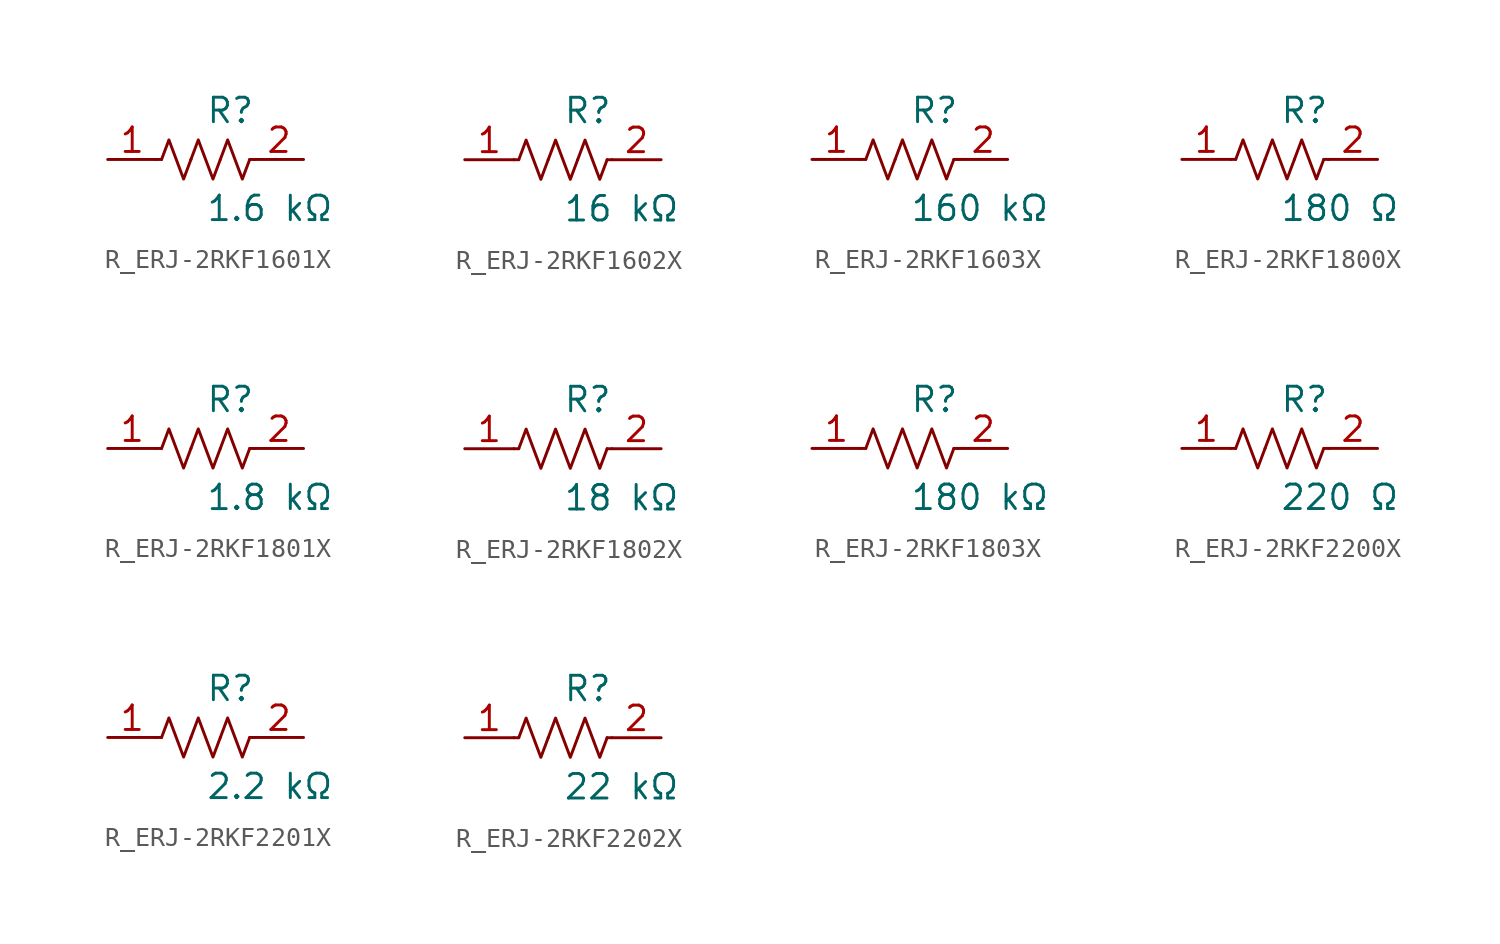
<source format=kicad_sym>
(kicad_symbol_lib
  (version 20231120)
  (generator kicad_symbol_editor)
  (generator_version 8.0)
  (symbol "R_ERJ-2RKF1601X"
    (pin_names
      (offset 0.254))
    (property "Reference" "R"
      (at 0.0 2.54 0)
      (effects (font (size 1.27 1.27)) (justify left)))
    (property "Value" "1.6 kΩ"
      (at 0.0 -2.54 0)
      (effects (font (size 1.27 1.27)) (justify left)))
    (symbol "R_ERJ-2RKF1601X_0_1"
      (polyline (pts (xy 2.286 0) (xy 2.54 0)) (stroke (width 0) (type default)) (fill (type none)))
      (polyline (pts (xy -2.286 0) (xy -2.54 0)) (stroke (width 0) (type default)) (fill (type none)))
      (polyline (pts (xy 0.762 0) (xy 1.143 1.016) (xy 1.524 0) (xy 1.905 -1.016) (xy 2.286 0)) (stroke (width 0) (type default)) (fill (type none)))
      (polyline (pts (xy -0.762 0) (xy -0.381 1.016) (xy 0 0) (xy 0.381 -1.016) (xy 0.762 0)) (stroke (width 0) (type default)) (fill (type none)))
      (polyline (pts (xy -2.286 0) (xy -1.905 1.016) (xy -1.524 0) (xy -1.143 -1.016) (xy -0.762 0)) (stroke (width 0) (type default)) (fill (type none))))
    (pin unspecified line
      (at -5.08 0 0)
      (length 2.54)
      (name "" (effects (font (size 1.27 1.27))))
      (number "1" (effects (font (size 1.27 1.27)))))
    (pin unspecified line
      (at 5.08 0 180)
      (length 2.54)
      (name "" (effects (font (size 1.27 1.27))))
      (number "2" (effects (font (size 1.27 1.27))))))
  (symbol "R_ERJ-2RKF1602X"
    (pin_names
      (offset 0.254))
    (property "Reference" "R"
      (at 0.0 2.54 0)
      (effects (font (size 1.27 1.27)) (justify left)))
    (property "Value" "16 kΩ"
      (at 0.0 -2.54 0)
      (effects (font (size 1.27 1.27)) (justify left)))
    (symbol "R_ERJ-2RKF1602X_0_1"
      (polyline (pts (xy 2.286 0) (xy 2.54 0)) (stroke (width 0) (type default)) (fill (type none)))
      (polyline (pts (xy -2.286 0) (xy -2.54 0)) (stroke (width 0) (type default)) (fill (type none)))
      (polyline (pts (xy 0.762 0) (xy 1.143 1.016) (xy 1.524 0) (xy 1.905 -1.016) (xy 2.286 0)) (stroke (width 0) (type default)) (fill (type none)))
      (polyline (pts (xy -0.762 0) (xy -0.381 1.016) (xy 0 0) (xy 0.381 -1.016) (xy 0.762 0)) (stroke (width 0) (type default)) (fill (type none)))
      (polyline (pts (xy -2.286 0) (xy -1.905 1.016) (xy -1.524 0) (xy -1.143 -1.016) (xy -0.762 0)) (stroke (width 0) (type default)) (fill (type none))))
    (pin unspecified line
      (at -5.08 0 0)
      (length 2.54)
      (name "" (effects (font (size 1.27 1.27))))
      (number "1" (effects (font (size 1.27 1.27)))))
    (pin unspecified line
      (at 5.08 0 180)
      (length 2.54)
      (name "" (effects (font (size 1.27 1.27))))
      (number "2" (effects (font (size 1.27 1.27))))))
  (symbol "R_ERJ-2RKF1603X"
    (pin_names
      (offset 0.254))
    (property "Reference" "R"
      (at 0.0 2.54 0)
      (effects (font (size 1.27 1.27)) (justify left)))
    (property "Value" "160 kΩ"
      (at 0.0 -2.54 0)
      (effects (font (size 1.27 1.27)) (justify left)))
    (symbol "R_ERJ-2RKF1603X_0_1"
      (polyline (pts (xy 2.286 0) (xy 2.54 0)) (stroke (width 0) (type default)) (fill (type none)))
      (polyline (pts (xy -2.286 0) (xy -2.54 0)) (stroke (width 0) (type default)) (fill (type none)))
      (polyline (pts (xy 0.762 0) (xy 1.143 1.016) (xy 1.524 0) (xy 1.905 -1.016) (xy 2.286 0)) (stroke (width 0) (type default)) (fill (type none)))
      (polyline (pts (xy -0.762 0) (xy -0.381 1.016) (xy 0 0) (xy 0.381 -1.016) (xy 0.762 0)) (stroke (width 0) (type default)) (fill (type none)))
      (polyline (pts (xy -2.286 0) (xy -1.905 1.016) (xy -1.524 0) (xy -1.143 -1.016) (xy -0.762 0)) (stroke (width 0) (type default)) (fill (type none))))
    (pin unspecified line
      (at -5.08 0 0)
      (length 2.54)
      (name "" (effects (font (size 1.27 1.27))))
      (number "1" (effects (font (size 1.27 1.27)))))
    (pin unspecified line
      (at 5.08 0 180)
      (length 2.54)
      (name "" (effects (font (size 1.27 1.27))))
      (number "2" (effects (font (size 1.27 1.27))))))
  (symbol "R_ERJ-2RKF1800X"
    (pin_names
      (offset 0.254))
    (property "Reference" "R"
      (at 0.0 2.54 0)
      (effects (font (size 1.27 1.27)) (justify left)))
    (property "Value" "180 Ω"
      (at 0.0 -2.54 0)
      (effects (font (size 1.27 1.27)) (justify left)))
    (symbol "R_ERJ-2RKF1800X_0_1"
      (polyline (pts (xy 2.286 0) (xy 2.54 0)) (stroke (width 0) (type default)) (fill (type none)))
      (polyline (pts (xy -2.286 0) (xy -2.54 0)) (stroke (width 0) (type default)) (fill (type none)))
      (polyline (pts (xy 0.762 0) (xy 1.143 1.016) (xy 1.524 0) (xy 1.905 -1.016) (xy 2.286 0)) (stroke (width 0) (type default)) (fill (type none)))
      (polyline (pts (xy -0.762 0) (xy -0.381 1.016) (xy 0 0) (xy 0.381 -1.016) (xy 0.762 0)) (stroke (width 0) (type default)) (fill (type none)))
      (polyline (pts (xy -2.286 0) (xy -1.905 1.016) (xy -1.524 0) (xy -1.143 -1.016) (xy -0.762 0)) (stroke (width 0) (type default)) (fill (type none))))
    (pin unspecified line
      (at -5.08 0 0)
      (length 2.54)
      (name "" (effects (font (size 1.27 1.27))))
      (number "1" (effects (font (size 1.27 1.27)))))
    (pin unspecified line
      (at 5.08 0 180)
      (length 2.54)
      (name "" (effects (font (size 1.27 1.27))))
      (number "2" (effects (font (size 1.27 1.27))))))
  (symbol "R_ERJ-2RKF1801X"
    (pin_names
      (offset 0.254))
    (property "Reference" "R"
      (at 0.0 2.54 0)
      (effects (font (size 1.27 1.27)) (justify left)))
    (property "Value" "1.8 kΩ"
      (at 0.0 -2.54 0)
      (effects (font (size 1.27 1.27)) (justify left)))
    (symbol "R_ERJ-2RKF1801X_0_1"
      (polyline (pts (xy 2.286 0) (xy 2.54 0)) (stroke (width 0) (type default)) (fill (type none)))
      (polyline (pts (xy -2.286 0) (xy -2.54 0)) (stroke (width 0) (type default)) (fill (type none)))
      (polyline (pts (xy 0.762 0) (xy 1.143 1.016) (xy 1.524 0) (xy 1.905 -1.016) (xy 2.286 0)) (stroke (width 0) (type default)) (fill (type none)))
      (polyline (pts (xy -0.762 0) (xy -0.381 1.016) (xy 0 0) (xy 0.381 -1.016) (xy 0.762 0)) (stroke (width 0) (type default)) (fill (type none)))
      (polyline (pts (xy -2.286 0) (xy -1.905 1.016) (xy -1.524 0) (xy -1.143 -1.016) (xy -0.762 0)) (stroke (width 0) (type default)) (fill (type none))))
    (pin unspecified line
      (at -5.08 0 0)
      (length 2.54)
      (name "" (effects (font (size 1.27 1.27))))
      (number "1" (effects (font (size 1.27 1.27)))))
    (pin unspecified line
      (at 5.08 0 180)
      (length 2.54)
      (name "" (effects (font (size 1.27 1.27))))
      (number "2" (effects (font (size 1.27 1.27))))))
  (symbol "R_ERJ-2RKF1802X"
    (pin_names
      (offset 0.254))
    (property "Reference" "R"
      (at 0.0 2.54 0)
      (effects (font (size 1.27 1.27)) (justify left)))
    (property "Value" "18 kΩ"
      (at 0.0 -2.54 0)
      (effects (font (size 1.27 1.27)) (justify left)))
    (symbol "R_ERJ-2RKF1802X_0_1"
      (polyline (pts (xy 2.286 0) (xy 2.54 0)) (stroke (width 0) (type default)) (fill (type none)))
      (polyline (pts (xy -2.286 0) (xy -2.54 0)) (stroke (width 0) (type default)) (fill (type none)))
      (polyline (pts (xy 0.762 0) (xy 1.143 1.016) (xy 1.524 0) (xy 1.905 -1.016) (xy 2.286 0)) (stroke (width 0) (type default)) (fill (type none)))
      (polyline (pts (xy -0.762 0) (xy -0.381 1.016) (xy 0 0) (xy 0.381 -1.016) (xy 0.762 0)) (stroke (width 0) (type default)) (fill (type none)))
      (polyline (pts (xy -2.286 0) (xy -1.905 1.016) (xy -1.524 0) (xy -1.143 -1.016) (xy -0.762 0)) (stroke (width 0) (type default)) (fill (type none))))
    (pin unspecified line
      (at -5.08 0 0)
      (length 2.54)
      (name "" (effects (font (size 1.27 1.27))))
      (number "1" (effects (font (size 1.27 1.27)))))
    (pin unspecified line
      (at 5.08 0 180)
      (length 2.54)
      (name "" (effects (font (size 1.27 1.27))))
      (number "2" (effects (font (size 1.27 1.27))))))
  (symbol "R_ERJ-2RKF1803X"
    (pin_names
      (offset 0.254))
    (property "Reference" "R"
      (at 0.0 2.54 0)
      (effects (font (size 1.27 1.27)) (justify left)))
    (property "Value" "180 kΩ"
      (at 0.0 -2.54 0)
      (effects (font (size 1.27 1.27)) (justify left)))
    (symbol "R_ERJ-2RKF1803X_0_1"
      (polyline (pts (xy 2.286 0) (xy 2.54 0)) (stroke (width 0) (type default)) (fill (type none)))
      (polyline (pts (xy -2.286 0) (xy -2.54 0)) (stroke (width 0) (type default)) (fill (type none)))
      (polyline (pts (xy 0.762 0) (xy 1.143 1.016) (xy 1.524 0) (xy 1.905 -1.016) (xy 2.286 0)) (stroke (width 0) (type default)) (fill (type none)))
      (polyline (pts (xy -0.762 0) (xy -0.381 1.016) (xy 0 0) (xy 0.381 -1.016) (xy 0.762 0)) (stroke (width 0) (type default)) (fill (type none)))
      (polyline (pts (xy -2.286 0) (xy -1.905 1.016) (xy -1.524 0) (xy -1.143 -1.016) (xy -0.762 0)) (stroke (width 0) (type default)) (fill (type none))))
    (pin unspecified line
      (at -5.08 0 0)
      (length 2.54)
      (name "" (effects (font (size 1.27 1.27))))
      (number "1" (effects (font (size 1.27 1.27)))))
    (pin unspecified line
      (at 5.08 0 180)
      (length 2.54)
      (name "" (effects (font (size 1.27 1.27))))
      (number "2" (effects (font (size 1.27 1.27))))))
  (symbol "R_ERJ-2RKF2200X"
    (pin_names
      (offset 0.254))
    (property "Reference" "R"
      (at 0.0 2.54 0)
      (effects (font (size 1.27 1.27)) (justify left)))
    (property "Value" "220 Ω"
      (at 0.0 -2.54 0)
      (effects (font (size 1.27 1.27)) (justify left)))
    (symbol "R_ERJ-2RKF2200X_0_1"
      (polyline (pts (xy 2.286 0) (xy 2.54 0)) (stroke (width 0) (type default)) (fill (type none)))
      (polyline (pts (xy -2.286 0) (xy -2.54 0)) (stroke (width 0) (type default)) (fill (type none)))
      (polyline (pts (xy 0.762 0) (xy 1.143 1.016) (xy 1.524 0) (xy 1.905 -1.016) (xy 2.286 0)) (stroke (width 0) (type default)) (fill (type none)))
      (polyline (pts (xy -0.762 0) (xy -0.381 1.016) (xy 0 0) (xy 0.381 -1.016) (xy 0.762 0)) (stroke (width 0) (type default)) (fill (type none)))
      (polyline (pts (xy -2.286 0) (xy -1.905 1.016) (xy -1.524 0) (xy -1.143 -1.016) (xy -0.762 0)) (stroke (width 0) (type default)) (fill (type none))))
    (pin unspecified line
      (at -5.08 0 0)
      (length 2.54)
      (name "" (effects (font (size 1.27 1.27))))
      (number "1" (effects (font (size 1.27 1.27)))))
    (pin unspecified line
      (at 5.08 0 180)
      (length 2.54)
      (name "" (effects (font (size 1.27 1.27))))
      (number "2" (effects (font (size 1.27 1.27))))))
  (symbol "R_ERJ-2RKF2201X"
    (pin_names
      (offset 0.254))
    (property "Reference" "R"
      (at 0.0 2.54 0)
      (effects (font (size 1.27 1.27)) (justify left)))
    (property "Value" "2.2 kΩ"
      (at 0.0 -2.54 0)
      (effects (font (size 1.27 1.27)) (justify left)))
    (symbol "R_ERJ-2RKF2201X_0_1"
      (polyline (pts (xy 2.286 0) (xy 2.54 0)) (stroke (width 0) (type default)) (fill (type none)))
      (polyline (pts (xy -2.286 0) (xy -2.54 0)) (stroke (width 0) (type default)) (fill (type none)))
      (polyline (pts (xy 0.762 0) (xy 1.143 1.016) (xy 1.524 0) (xy 1.905 -1.016) (xy 2.286 0)) (stroke (width 0) (type default)) (fill (type none)))
      (polyline (pts (xy -0.762 0) (xy -0.381 1.016) (xy 0 0) (xy 0.381 -1.016) (xy 0.762 0)) (stroke (width 0) (type default)) (fill (type none)))
      (polyline (pts (xy -2.286 0) (xy -1.905 1.016) (xy -1.524 0) (xy -1.143 -1.016) (xy -0.762 0)) (stroke (width 0) (type default)) (fill (type none))))
    (pin unspecified line
      (at -5.08 0 0)
      (length 2.54)
      (name "" (effects (font (size 1.27 1.27))))
      (number "1" (effects (font (size 1.27 1.27)))))
    (pin unspecified line
      (at 5.08 0 180)
      (length 2.54)
      (name "" (effects (font (size 1.27 1.27))))
      (number "2" (effects (font (size 1.27 1.27))))))
  (symbol "R_ERJ-2RKF2202X"
    (pin_names
      (offset 0.254))
    (property "Reference" "R"
      (at 0.0 2.54 0)
      (effects (font (size 1.27 1.27)) (justify left)))
    (property "Value" "22 kΩ"
      (at 0.0 -2.54 0)
      (effects (font (size 1.27 1.27)) (justify left)))
    (symbol "R_ERJ-2RKF2202X_0_1"
      (polyline (pts (xy 2.286 0) (xy 2.54 0)) (stroke (width 0) (type default)) (fill (type none)))
      (polyline (pts (xy -2.286 0) (xy -2.54 0)) (stroke (width 0) (type default)) (fill (type none)))
      (polyline (pts (xy 0.762 0) (xy 1.143 1.016) (xy 1.524 0) (xy 1.905 -1.016) (xy 2.286 0)) (stroke (width 0) (type default)) (fill (type none)))
      (polyline (pts (xy -0.762 0) (xy -0.381 1.016) (xy 0 0) (xy 0.381 -1.016) (xy 0.762 0)) (stroke (width 0) (type default)) (fill (type none)))
      (polyline (pts (xy -2.286 0) (xy -1.905 1.016) (xy -1.524 0) (xy -1.143 -1.016) (xy -0.762 0)) (stroke (width 0) (type default)) (fill (type none))))
    (pin unspecified line
      (at -5.08 0 0)
      (length 2.54)
      (name "" (effects (font (size 1.27 1.27))))
      (number "1" (effects (font (size 1.27 1.27)))))
    (pin unspecified line
      (at 5.08 0 180)
      (length 2.54)
      (name "" (effects (font (size 1.27 1.27))))
      (number "2" (effects (font (size 1.27 1.27)))))))
</source>
